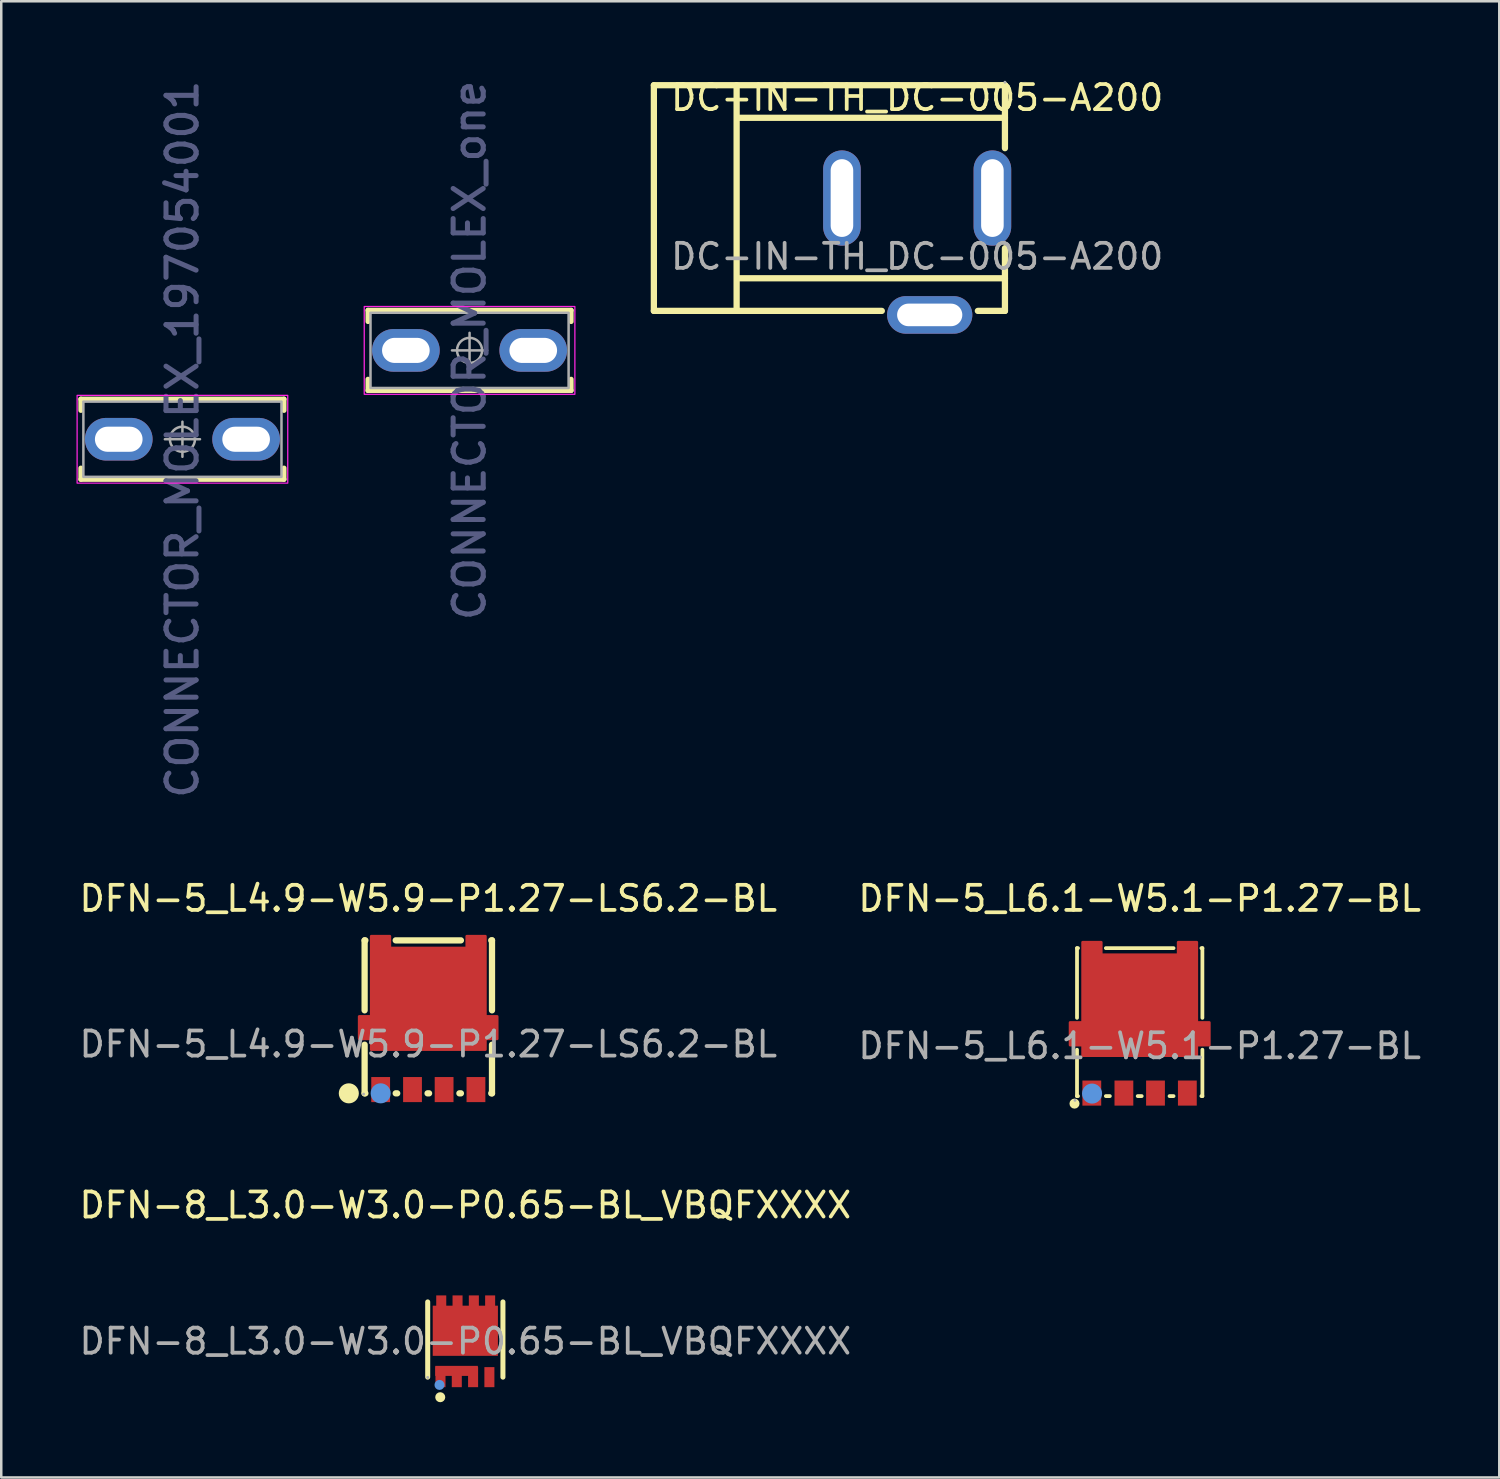
<source format=kicad_pcb>
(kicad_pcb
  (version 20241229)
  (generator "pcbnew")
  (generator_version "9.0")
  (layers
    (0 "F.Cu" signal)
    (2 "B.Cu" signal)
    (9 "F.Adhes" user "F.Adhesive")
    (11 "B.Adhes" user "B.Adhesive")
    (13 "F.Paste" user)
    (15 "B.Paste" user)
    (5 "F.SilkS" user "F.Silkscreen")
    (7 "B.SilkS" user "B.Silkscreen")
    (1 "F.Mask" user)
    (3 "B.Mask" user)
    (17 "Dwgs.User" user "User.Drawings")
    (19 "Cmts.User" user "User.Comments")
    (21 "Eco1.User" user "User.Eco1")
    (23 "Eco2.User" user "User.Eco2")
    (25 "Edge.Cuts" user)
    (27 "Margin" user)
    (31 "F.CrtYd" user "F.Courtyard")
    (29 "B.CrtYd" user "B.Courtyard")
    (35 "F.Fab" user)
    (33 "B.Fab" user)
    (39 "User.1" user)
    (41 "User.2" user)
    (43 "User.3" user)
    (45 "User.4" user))
  (footprint "CONNECTOR_MOLEX_197054001"
    (layer "F.Cu")
    (at 4.225 14.466)
    (property "Reference" "CONNECTOR_MOLEX_197054001" (at 0 0 90) (layer "B.Fab") (effects (font (size 1.2 1.2) (thickness 0.2))))
    (attr through_hole)
    (fp_line (start -4.05 -1.15) (end -4.05 -1.6) (stroke (width 0.2) (type solid)) (layer "F.SilkS"))
    (fp_line (start -4.05 1.6) (end -4.05 1.15) (stroke (width 0.2) (type solid)) (layer "F.SilkS"))
    (fp_line (start -4.05 1.6) (end 4.05 1.6) (stroke (width 0.2) (type solid)) (layer "F.SilkS"))
    (fp_line (start 4.05 -1.6) (end -4.05 -1.6) (stroke (width 0.2) (type solid)) (layer "F.SilkS"))
    (fp_line (start 4.05 -1.15) (end 4.05 -1.6) (stroke (width 0.2) (type solid)) (layer "F.SilkS"))
    (fp_line (start 4.05 1.6) (end 4.05 1.15) (stroke (width 0.2) (type solid)) (layer "F.SilkS"))
    (fp_rect (start 4.2 1.75) (end -4.2 -1.75) (stroke (width 0.05) (type solid)) (fill no) (layer "F.CrtYd"))
    (fp_line (start 0 0.7) (end 0 -0.7) (stroke (width 0.1) (type solid)) (layer "F.Fab"))
    (fp_line (start 0.7 0) (end -0.7 0) (stroke (width 0.1) (type solid)) (layer "F.Fab"))
    (fp_rect (start 3.95 1.5) (end -3.95 -1.5) (stroke (width 0.1) (type solid)) (fill no) (layer "F.Fab"))
    (fp_circle (center 0 0) (end 0 0.5) (stroke (width 0.1) (type solid)) (fill no) (layer "F.Fab"))
    (pad "1" thru_hole oval (at 2.54 0) (size 2.7 1.7) (drill oval 1.9 1) (layers "*.Cu" "*.Mask"))
    (pad "2" thru_hole oval (at -2.54 0) (size 2.7 1.7) (drill oval 1.9 1) (layers "*.Cu" "*.Mask")))
  (footprint "DFN-5_L6.1-W5.1-P1.27-BL"
    (layer "F.Cu")
    (at 42.399 38.66)
    (property "Reference" "DFN-5_L6.1-W5.1-P1.27-BL" (at 0 -5.88 0) (layer "F.SilkS") (effects (font (size 1 1) (thickness 0.15))))
    (attr smd)
    (fp_line (start -2.5 -3.9) (end -2.46 -3.9) (stroke (width 0.15) (type solid)) (layer "F.SilkS"))
    (fp_line (start -2.5 -1.12) (end -2.5 -3.9) (stroke (width 0.15) (type solid)) (layer "F.SilkS"))
    (fp_line (start -2.5 2) (end -2.5 0.15) (stroke (width 0.15) (type solid)) (layer "F.SilkS"))
    (fp_line (start -2.46 2) (end -2.5 2) (stroke (width 0.15) (type solid)) (layer "F.SilkS"))
    (fp_line (start -1.35 -3.9) (end 1.35 -3.9) (stroke (width 0.15) (type solid)) (layer "F.SilkS"))
    (fp_line (start -1.19 2) (end -1.35 2) (stroke (width 0.15) (type solid)) (layer "F.SilkS"))
    (fp_line (start 0.08 2) (end -0.08 2) (stroke (width 0.15) (type solid)) (layer "F.SilkS"))
    (fp_line (start 1.35 2) (end 1.19 2) (stroke (width 0.15) (type solid)) (layer "F.SilkS"))
    (fp_line (start 2.46 -3.9) (end 2.5 -3.9) (stroke (width 0.15) (type solid)) (layer "F.SilkS"))
    (fp_line (start 2.5 -3.9) (end 2.5 -1.12) (stroke (width 0.15) (type solid)) (layer "F.SilkS"))
    (fp_line (start 2.5 0.15) (end 2.5 2) (stroke (width 0.15) (type solid)) (layer "F.SilkS"))
    (fp_line (start 2.5 2) (end 2.46 2) (stroke (width 0.15) (type solid)) (layer "F.SilkS"))
    (fp_circle (center -2.6 2.3) (end -2.5 2.3) (stroke (width 0.2) (type solid)) (fill no) (layer "F.SilkS"))
    (fp_circle (center -1.9 1.9) (end -1.7 1.9) (stroke (width 0.4) (type solid)) (fill no) (layer "Cmts.User"))
    (fp_circle (center -2.58 2.17) (end -2.55 2.17) (stroke (width 0.06) (type solid)) (fill no) (layer "F.Fab"))
    (fp_text user "${REFERENCE}" (at 0 0 0) (layer "F.Fab") (effects (font (size 1 1) (thickness 0.15))))
    (pad "1" smd rect (at -1.91 1.88) (size 0.75 1) (layers "F.Cu" "F.Mask" "F.Paste"))
    (pad "2" smd rect (at -0.63 1.88) (size 0.75 1) (layers "F.Cu" "F.Mask" "F.Paste"))
    (pad "3" smd rect (at 0.63 1.88) (size 0.75 1) (layers "F.Cu" "F.Mask" "F.Paste"))
    (pad "4" smd rect (at 1.9 1.88) (size 0.75 1) (layers "F.Cu" "F.Mask" "F.Paste"))
    (pad "5" smd custom (at 0 -1.88) (size 0.01 0.01) (layers "F.Cu" "F.Mask" "F.Paste") (options (anchor circle)) (primitives (gr_poly (pts (xy -2.28 2.27) (xy -2.28 1.85) (xy -2.78 1.85) (xy -2.78 0.94) (xy -2.28 0.94) (xy -2.28 -2.26) (xy -1.53 -2.26) (xy -1.53 -1.76) (xy 1.53 -1.76) (xy 1.53 -2.26) (xy 2.28 -2.26) (xy 2.28 0.94) (xy 2.78 0.94) (xy 2.78 1.85) (xy 2.28 1.85) (xy 2.28 2.27)) (width 0.1) (fill yes)))))
  (footprint "DC-IN-TH_DC-005-A200"
    (layer "F.Cu")
    (at 33.525 7.178)
    (property "Reference" "DC-IN-TH_DC-005-A200" (at 0 -6.33 0) (layer "F.SilkS") (effects (font (size 1 1) (thickness 0.15))))
    (attr through_hole)
    (fp_line (start -10.5 -6.83) (end 3.5 -6.83) (stroke (width 0.25) (type solid)) (layer "F.SilkS"))
    (fp_line (start -10.5 2.17) (end -10.5 -6.83) (stroke (width 0.25) (type solid)) (layer "F.SilkS"))
    (fp_line (start -7.2 2.17) (end -7.2 -6.83) (stroke (width 0.25) (type solid)) (layer "F.SilkS"))
    (fp_line (start -7.12 -5.53) (end 3.5 -5.53) (stroke (width 0.25) (type solid)) (layer "F.SilkS"))
    (fp_line (start -7.12 0.87) (end 3.5 0.87) (stroke (width 0.25) (type solid)) (layer "F.SilkS"))
    (fp_line (start -1.41 2.17) (end -10.5 2.17) (stroke (width 0.25) (type solid)) (layer "F.SilkS"))
    (fp_line (start 3.5 -6.83) (end 3.5 -4.32) (stroke (width 0.25) (type solid)) (layer "F.SilkS"))
    (fp_line (start 3.5 -0.33) (end 3.5 2.17) (stroke (width 0.25) (type solid)) (layer "F.SilkS"))
    (fp_line (start 3.5 2.17) (end 2.42 2.17) (stroke (width 0.25) (type solid)) (layer "F.SilkS"))
    (fp_circle (center 3.5 -6.95) (end 3.53 -6.95) (stroke (width 0.06) (type solid)) (fill no) (layer "F.Fab"))
    (fp_text user "${REFERENCE}" (at 0 0 0) (layer "F.Fab") (effects (font (size 1 1) (thickness 0.15))))
    (pad "1" thru_hole oval (at 3 -2.33) (size 1.5 3.8) (drill oval 0.9 3.1) (layers "*.Cu" "*.Mask"))
    (pad "2" thru_hole oval (at -3 -2.33 180) (size 1.5 3.8) (drill oval 0.9 3.1) (layers "*.Cu" "*.Mask"))
    (pad "3" thru_hole oval (at 0.5 2.33 270) (size 1.5 3.4) (drill oval 0.9 2.6) (layers "*.Cu" "*.Mask")))
  (footprint "CONNECTOR_MOLEX_one"
    (layer "F.Cu")
    (at 15.675 10.923)
    (property "Reference" "CONNECTOR_MOLEX_one" (at 0 0 90) (layer "B.Fab") (effects (font (size 1.2 1.2) (thickness 0.2))))
    (attr through_hole)
    (fp_line (start -4.05 -1.15) (end -4.05 -1.6) (stroke (width 0.2) (type solid)) (layer "F.SilkS"))
    (fp_line (start -4.05 1.6) (end -4.05 1.15) (stroke (width 0.2) (type solid)) (layer "F.SilkS"))
    (fp_line (start -4.05 1.6) (end 4.05 1.6) (stroke (width 0.2) (type solid)) (layer "F.SilkS"))
    (fp_line (start 4.05 -1.6) (end -4.05 -1.6) (stroke (width 0.2) (type solid)) (layer "F.SilkS"))
    (fp_line (start 4.05 -1.15) (end 4.05 -1.6) (stroke (width 0.2) (type solid)) (layer "F.SilkS"))
    (fp_line (start 4.05 1.6) (end 4.05 1.15) (stroke (width 0.2) (type solid)) (layer "F.SilkS"))
    (fp_rect (start 4.2 1.75) (end -4.2 -1.75) (stroke (width 0.05) (type solid)) (fill no) (layer "F.CrtYd"))
    (fp_line (start 0 0.7) (end 0 -0.7) (stroke (width 0.1) (type solid)) (layer "F.Fab"))
    (fp_line (start 0.7 0) (end -0.7 0) (stroke (width 0.1) (type solid)) (layer "F.Fab"))
    (fp_rect (start 3.95 1.5) (end -3.95 -1.5) (stroke (width 0.1) (type solid)) (fill no) (layer "F.Fab"))
    (fp_circle (center 0 0) (end 0 0.5) (stroke (width 0.1) (type solid)) (fill no) (layer "F.Fab"))
    (pad "1" thru_hole oval (at -2.54 0) (size 2.7 1.7) (drill oval 1.9 1) (layers "*.Cu" "*.Mask"))
    (pad "1" thru_hole oval (at 2.54 0) (size 2.7 1.7) (drill oval 1.9 1) (layers "*.Cu" "*.Mask")))
  (footprint "DFN-8_L3.0-W3.0-P0.65-BL_VBQFXXXX"
    (layer "F.Cu")
    (at 15.506 50.438)
    (property "Reference" "DFN-8_L3.0-W3.0-P0.65-BL_VBQFXXXX" (at 0 -5.43 0) (layer "F.SilkS") (effects (font (size 1 1) (thickness 0.15))))
    (attr smd)
    (fp_line (start -1.5 -1.57) (end -1.5 1.43) (stroke (width 0.2) (type solid)) (layer "F.SilkS"))
    (fp_line (start 1.5 -1.57) (end 1.5 1.43) (stroke (width 0.2) (type solid)) (layer "F.SilkS"))
    (fp_circle (center -1 2.23) (end -0.9 2.23) (stroke (width 0.2) (type solid)) (fill no) (layer "F.SilkS"))
    (fp_circle (center -1.03 1.74) (end -0.93 1.74) (stroke (width 0.2) (type solid)) (fill no) (layer "Cmts.User"))
    (fp_circle (center -1.5 1.44) (end -1.47 1.44) (stroke (width 0.06) (type solid)) (fill no) (layer "F.Fab"))
    (fp_text user "${REFERENCE}" (at 0 0 0) (layer "F.Fab") (effects (font (size 1 1) (thickness 0.15))))
    (pad "1" smd rect (at -0.99 1.43 180) (size 0.4 0.8) (layers "F.Cu" "F.Mask" "F.Paste"))
    (pad "2" smd rect (at -0.35 1.18 180) (size 1.7 0.4) (layers "F.Cu" "F.Mask" "F.Paste"))
    (pad "2" smd rect (at -0.34 1.43 180) (size 0.4 0.8) (layers "F.Cu" "F.Mask" "F.Paste"))
    (pad "3" smd rect (at 0.31 1.43 180) (size 0.4 0.8) (layers "F.Cu" "F.Mask" "F.Paste"))
    (pad "4" smd rect (at 0.96 1.43 180) (size 0.4 0.8) (layers "F.Cu" "F.Mask" "F.Paste"))
    (pad "5" smd rect (at 0.99 -1.43 180) (size 0.4 0.8) (layers "F.Cu" "F.Mask" "F.Paste"))
    (pad "6" smd rect (at 0.34 -1.43 180) (size 0.4 0.8) (layers "F.Cu" "F.Mask" "F.Paste"))
    (pad "7" smd rect (at -0.31 -1.43 180) (size 0.4 0.8) (layers "F.Cu" "F.Mask" "F.Paste"))
    (pad "8" smd rect (at -0.96 -1.43 180) (size 0.4 0.8) (layers "F.Cu" "F.Mask" "F.Paste"))
    (pad "9" smd rect (at 0 -0.42) (size 2.6 2) (layers "F.Cu" "F.Mask" "F.Paste")))
  (footprint "DFN-5_L4.9-W5.9-P1.27-LS6.2-BL"
    (layer "F.Cu")
    (at 14.03 38.59)
    (property "Reference" "DFN-5_L4.9-W5.9-P1.27-LS6.2-BL" (at 0 -5.81 0) (layer "F.SilkS") (effects (font (size 1 1) (thickness 0.15))))
    (attr smd)
    (fp_line (start -2.54 -4.14) (end -2.51 -4.14) (stroke (width 0.25) (type solid)) (layer "F.SilkS"))
    (fp_line (start -2.54 -1.35) (end -2.54 -4.14) (stroke (width 0.25) (type solid)) (layer "F.SilkS"))
    (fp_line (start -2.54 1.96) (end -2.54 0.02) (stroke (width 0.25) (type solid)) (layer "F.SilkS"))
    (fp_line (start -2.51 1.96) (end -2.54 1.96) (stroke (width 0.25) (type solid)) (layer "F.SilkS"))
    (fp_line (start -1.3 -4.14) (end 1.3 -4.14) (stroke (width 0.25) (type solid)) (layer "F.SilkS"))
    (fp_line (start -1.24 1.96) (end -1.3 1.96) (stroke (width 0.25) (type solid)) (layer "F.SilkS"))
    (fp_line (start 0.03 1.96) (end -0.03 1.96) (stroke (width 0.25) (type solid)) (layer "F.SilkS"))
    (fp_line (start 1.3 1.96) (end 1.24 1.96) (stroke (width 0.25) (type solid)) (layer "F.SilkS"))
    (fp_line (start 2.51 -4.14) (end 2.54 -4.14) (stroke (width 0.25) (type solid)) (layer "F.SilkS"))
    (fp_line (start 2.54 -4.14) (end 2.54 -1.35) (stroke (width 0.25) (type solid)) (layer "F.SilkS"))
    (fp_line (start 2.54 0.02) (end 2.54 1.96) (stroke (width 0.25) (type solid)) (layer "F.SilkS"))
    (fp_line (start 2.54 1.96) (end 2.51 1.96) (stroke (width 0.25) (type solid)) (layer "F.SilkS"))
    (fp_circle (center -3.17 1.96) (end -2.97 1.96) (stroke (width 0.4) (type solid)) (fill no) (layer "F.SilkS"))
    (fp_circle (center -1.9 1.96) (end -1.7 1.96) (stroke (width 0.4) (type solid)) (fill no) (layer "Cmts.User"))
    (fp_circle (center -2.58 1.99) (end -2.55 1.99) (stroke (width 0.06) (type solid)) (fill no) (layer "F.Fab"))
    (fp_text user "${REFERENCE}" (at 0 0 0) (layer "F.Fab") (effects (font (size 1 1) (thickness 0.15))))
    (pad "1" smd rect (at -1.9 1.81) (size 0.75 1) (layers "F.Cu" "F.Mask" "F.Paste"))
    (pad "2" smd rect (at -0.63 1.81) (size 0.75 1) (layers "F.Cu" "F.Mask" "F.Paste"))
    (pad "3" smd rect (at 0.63 1.81) (size 0.75 1) (layers "F.Cu" "F.Mask" "F.Paste"))
    (pad "4" smd rect (at 1.9 1.81) (size 0.75 1) (layers "F.Cu" "F.Mask" "F.Paste"))
    (pad "5" smd custom (at 0 -1.81) (size 0.01 0.01) (layers "F.Cu" "F.Mask" "F.Paste") (options (anchor circle)) (primitives (gr_poly (pts (xy -2.28 -2.5) (xy -2.28 0.7) (xy -2.76 0.7) (xy -2.76 1.6) (xy -2.28 1.6) (xy -2.28 2.03) (xy 2.28 2.03) (xy 2.28 1.6) (xy 2.75 1.6) (xy 2.75 0.7) (xy 2.28 0.7) (xy 2.28 -2.5) (xy 1.53 -2.5) (xy 1.53 -2.03) (xy -1.53 -2.03) (xy -1.53 -2.5)) (width 0.1) (fill yes)))))
  (gr_rect
    (start -3 -3)
    (end 56.738 55.868)
    (stroke (width 0.1) (type default))
    (fill no)
    (layer "Edge.Cuts")))
</source>
